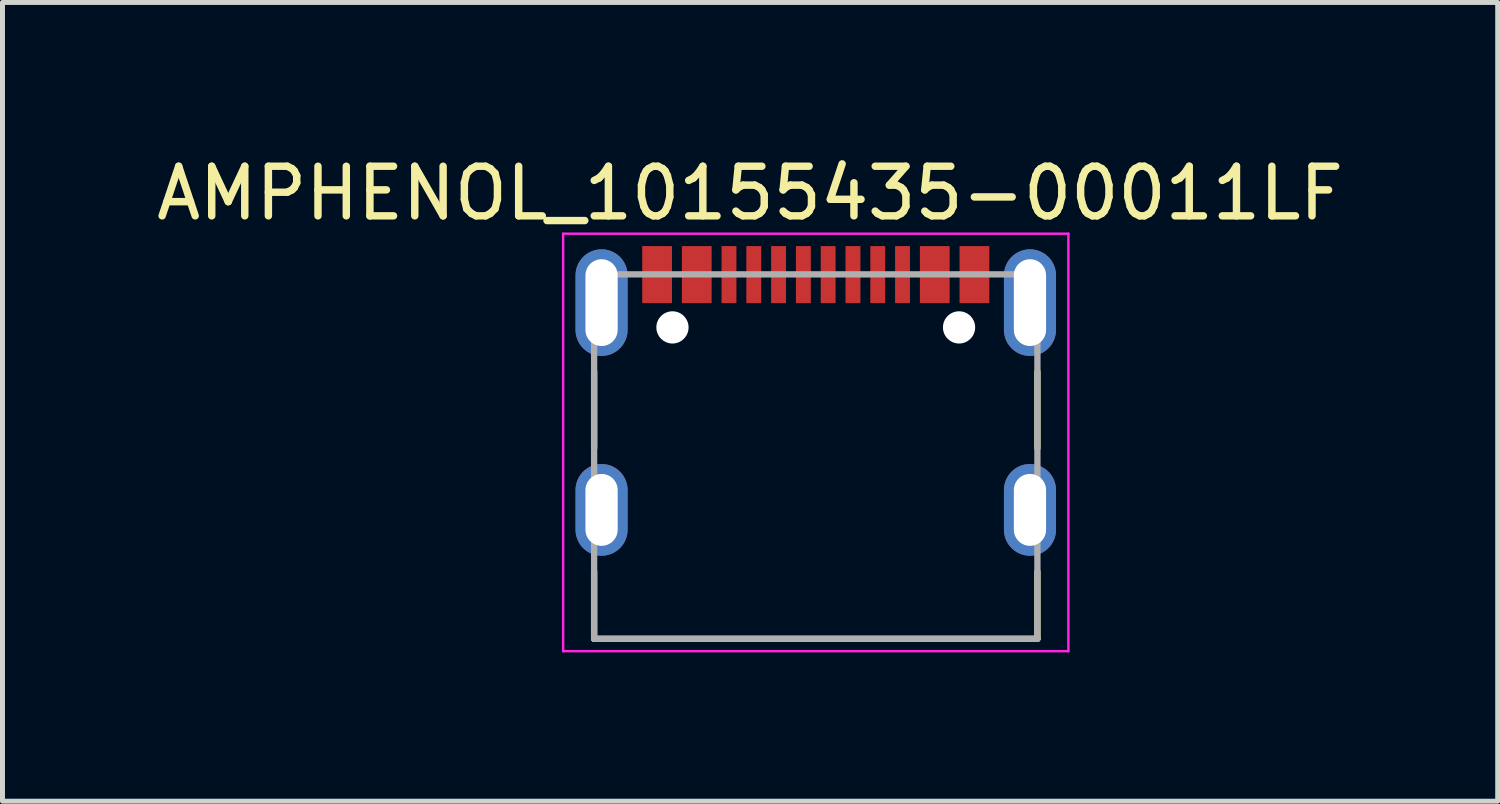
<source format=kicad_pcb>
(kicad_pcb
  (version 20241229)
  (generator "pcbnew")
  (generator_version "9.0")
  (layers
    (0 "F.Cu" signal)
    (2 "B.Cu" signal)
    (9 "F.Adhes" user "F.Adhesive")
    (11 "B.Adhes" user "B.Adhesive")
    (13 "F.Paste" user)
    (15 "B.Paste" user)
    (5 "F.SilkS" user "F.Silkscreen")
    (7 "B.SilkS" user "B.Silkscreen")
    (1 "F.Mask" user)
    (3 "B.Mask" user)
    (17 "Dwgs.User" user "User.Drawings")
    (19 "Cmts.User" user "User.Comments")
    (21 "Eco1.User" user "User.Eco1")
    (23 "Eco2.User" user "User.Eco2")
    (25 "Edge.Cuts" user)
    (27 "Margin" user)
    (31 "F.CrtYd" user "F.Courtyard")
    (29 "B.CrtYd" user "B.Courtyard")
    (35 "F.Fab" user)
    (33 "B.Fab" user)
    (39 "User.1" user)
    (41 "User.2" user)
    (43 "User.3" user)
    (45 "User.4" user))
  (footprint "AMPHENOL_10155435-00011LF"
    (layer "F.Cu")
    (at 13.402 7.233)
    (property "Reference" "AMPHENOL_10155435-00011LF" (at -1.325 -6.385 0) (layer "F.SilkS") (effects (font (size 1 1) (thickness 0.15))))
    (attr smd)
    (fp_line (start -4.47 -2.785) (end -4.47 -1.245) (stroke (width 0.127) (type solid)) (layer "F.SilkS"))
    (fp_line (start -4.47 2.6) (end -4.47 1.245) (stroke (width 0.127) (type solid)) (layer "F.SilkS"))
    (fp_line (start 4.47 -2.785) (end 4.47 -1.245) (stroke (width 0.127) (type solid)) (layer "F.SilkS"))
    (fp_line (start 4.47 2.6) (end -4.47 2.6) (stroke (width 0.127) (type solid)) (layer "F.SilkS"))
    (fp_line (start 4.47 2.6) (end 4.47 1.245) (stroke (width 0.127) (type solid)) (layer "F.SilkS"))
    (fp_line (start -5.095 -5.57) (end -5.095 2.85) (stroke (width 0.05) (type solid)) (layer "F.CrtYd"))
    (fp_line (start -5.095 2.85) (end 5.095 2.85) (stroke (width 0.05) (type solid)) (layer "F.CrtYd"))
    (fp_line (start 5.095 -5.57) (end -5.095 -5.57) (stroke (width 0.05) (type solid)) (layer "F.CrtYd"))
    (fp_line (start 5.095 2.85) (end 5.095 -5.57) (stroke (width 0.05) (type solid)) (layer "F.CrtYd"))
    (fp_line (start -4.47 -4.75) (end 4.47 -4.75) (stroke (width 0.127) (type solid)) (layer "F.Fab"))
    (fp_line (start -4.47 2.6) (end -4.47 -4.75) (stroke (width 0.127) (type solid)) (layer "F.Fab"))
    (fp_line (start 4.47 -4.75) (end 4.47 2.6) (stroke (width 0.127) (type solid)) (layer "F.Fab"))
    (fp_line (start 4.47 2.6) (end -4.47 2.6) (stroke (width 0.127) (type solid)) (layer "F.Fab"))
    (pad "" np_thru_hole circle (at -2.89 -3.68) (size 0.65 0.65) (drill 0.65) (layers "*.Cu" "*.Mask"))
    (pad "" np_thru_hole circle (at 2.89 -3.68) (size 0.65 0.65) (drill 0.65) (layers "*.Cu" "*.Mask"))
    (pad "A1_B12" smd rect (at -3.2 -4.745) (size 0.6 1.15) (layers "F.Cu" "F.Mask" "F.Paste"))
    (pad "A4_B9" smd rect (at -2.4 -4.745) (size 0.6 1.15) (layers "F.Cu" "F.Mask" "F.Paste"))
    (pad "A5" smd rect (at -1.25 -4.745) (size 0.3 1.15) (layers "F.Cu" "F.Mask" "F.Paste"))
    (pad "A6" smd rect (at -0.25 -4.745) (size 0.3 1.15) (layers "F.Cu" "F.Mask" "F.Paste"))
    (pad "A7" smd rect (at 0.25 -4.745) (size 0.3 1.15) (layers "F.Cu" "F.Mask" "F.Paste"))
    (pad "A8" smd rect (at 1.25 -4.745) (size 0.3 1.15) (layers "F.Cu" "F.Mask" "F.Paste"))
    (pad "B1_A12" smd rect (at 3.2 -4.745) (size 0.6 1.15) (layers "F.Cu" "F.Mask" "F.Paste"))
    (pad "B4_A9" smd rect (at 2.4 -4.745) (size 0.6 1.15) (layers "F.Cu" "F.Mask" "F.Paste"))
    (pad "B5" smd rect (at 1.75 -4.745) (size 0.3 1.15) (layers "F.Cu" "F.Mask" "F.Paste"))
    (pad "B6" smd rect (at 0.75 -4.745) (size 0.3 1.15) (layers "F.Cu" "F.Mask" "F.Paste"))
    (pad "B7" smd rect (at -0.75 -4.745) (size 0.3 1.15) (layers "F.Cu" "F.Mask" "F.Paste"))
    (pad "B8" smd rect (at -1.75 -4.745) (size 0.3 1.15) (layers "F.Cu" "F.Mask" "F.Paste"))
    (pad "SH1" thru_hole oval (at -4.32 -4.18) (size 1.05 2.15) (drill oval 0.65 1.75) (layers "*.Cu" "*.Mask"))
    (pad "SH2" thru_hole oval (at 4.32 -4.18) (size 1.05 2.15) (drill oval 0.65 1.75) (layers "*.Cu" "*.Mask"))
    (pad "SH3" thru_hole oval (at -4.32 0) (size 1.05 1.85) (drill oval 0.65 1.45) (layers "*.Cu" "*.Mask"))
    (pad "SH4" thru_hole oval (at 4.32 0) (size 1.05 1.85) (drill oval 0.65 1.45) (layers "*.Cu" "*.Mask")))
  (gr_rect
    (start -3 -3)
    (end 27.155 13.108)
    (stroke (width 0.1) (type default))
    (fill no)
    (layer "Edge.Cuts")))
</source>
